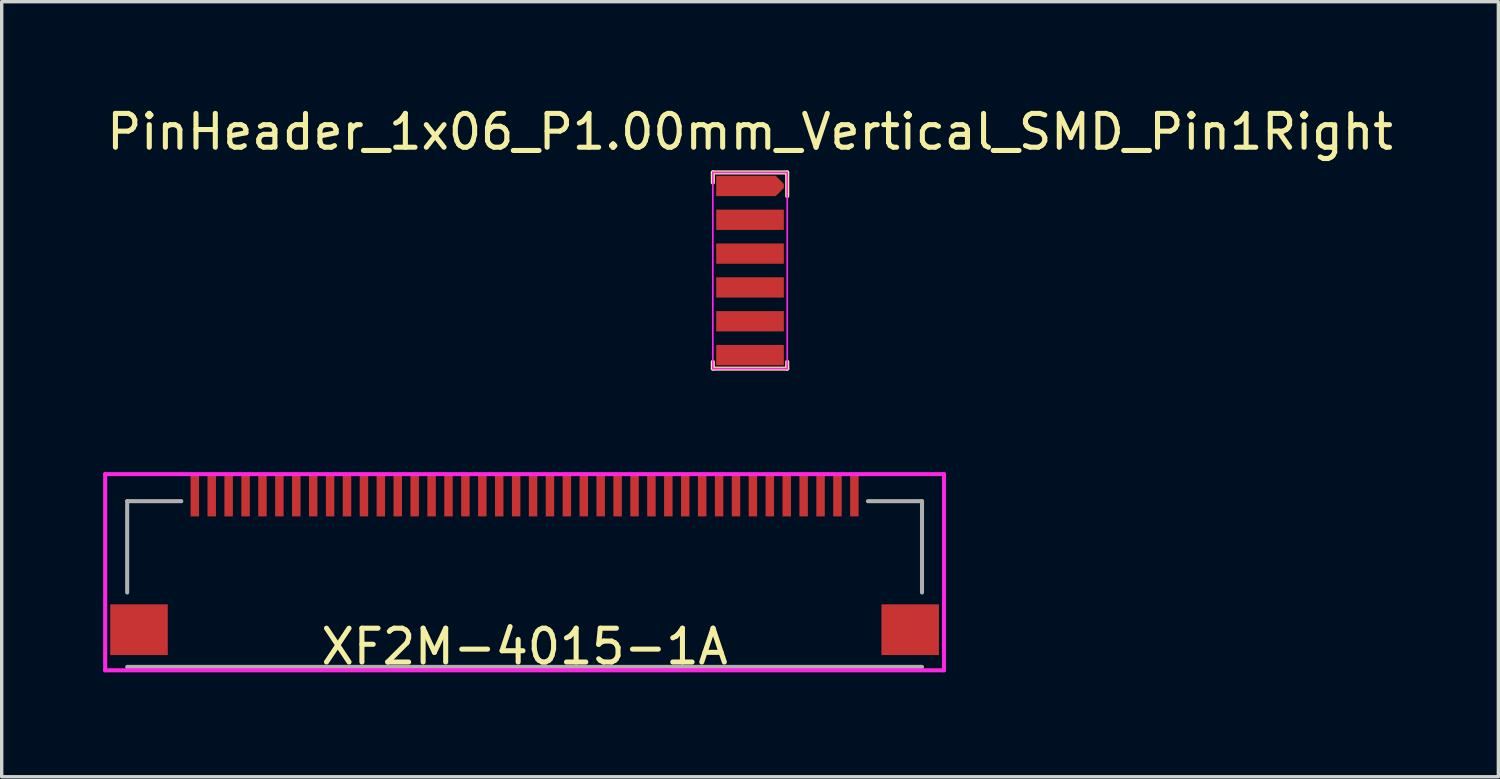
<source format=kicad_pcb>
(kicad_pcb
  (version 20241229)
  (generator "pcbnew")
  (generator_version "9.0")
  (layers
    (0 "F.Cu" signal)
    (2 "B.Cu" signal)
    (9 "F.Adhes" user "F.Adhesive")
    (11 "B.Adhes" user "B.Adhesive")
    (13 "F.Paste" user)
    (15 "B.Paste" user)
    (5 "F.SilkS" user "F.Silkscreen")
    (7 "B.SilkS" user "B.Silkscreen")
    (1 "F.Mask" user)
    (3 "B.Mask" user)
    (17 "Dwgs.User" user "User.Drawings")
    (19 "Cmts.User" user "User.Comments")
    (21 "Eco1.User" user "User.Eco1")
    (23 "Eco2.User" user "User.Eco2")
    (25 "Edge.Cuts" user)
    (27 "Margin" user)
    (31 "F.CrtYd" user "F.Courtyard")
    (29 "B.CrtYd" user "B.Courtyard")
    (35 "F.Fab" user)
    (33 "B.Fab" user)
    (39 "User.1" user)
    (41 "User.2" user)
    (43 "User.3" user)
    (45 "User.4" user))
  (footprint "PinHeader_1x06_P1.00mm_Vertical_SMD_Pin1Right"
    (layer "F.Cu")
    (at 19.125 4.948)
    (property "Reference" "PinHeader_1x06_P1.00mm_Vertical_SMD_Pin1Right" (at 0 -4.1 0) (layer "F.SilkS") (effects (font (size 1 1) (thickness 0.15))))
    (attr smd)
    (fp_line (start -1.1 -2.9) (end -1.1 -2.6) (stroke (width 0.12) (type solid)) (layer "F.SilkS"))
    (fp_line (start -1.1 2.9) (end -1.1 2.7) (stroke (width 0.12) (type solid)) (layer "F.SilkS"))
    (fp_line (start 1.1 -2.9) (end -1.1 -2.9) (stroke (width 0.12) (type solid)) (layer "F.SilkS"))
    (fp_line (start 1.1 -2.2) (end 1.1 -2.9) (stroke (width 0.12) (type solid)) (layer "F.SilkS"))
    (fp_line (start 1.1 2.7) (end 1.1 2.9) (stroke (width 0.12) (type solid)) (layer "F.SilkS"))
    (fp_line (start 1.1 2.9) (end -1.1 2.9) (stroke (width 0.12) (type solid)) (layer "F.SilkS"))
    (fp_line (start -1.1 -2.9) (end -1.1 2.9) (stroke (width 0.05) (type solid)) (layer "F.CrtYd"))
    (fp_line (start -1.1 2.9) (end 1.1 2.9) (stroke (width 0.05) (type solid)) (layer "F.CrtYd"))
    (fp_line (start 1.1 -2.9) (end -1.1 -2.9) (stroke (width 0.05) (type solid)) (layer "F.CrtYd"))
    (fp_line (start 1.1 2.9) (end 1.1 -2.9) (stroke (width 0.05) (type solid)) (layer "F.CrtYd"))
    (pad "1" smd roundrect (at 0 -2.5) (size 2 0.6) (layers "F.Cu" "F.Mask") (roundrect_rratio 0) (chamfer_ratio 0.4) (chamfer top_right bottom_right))
    (pad "2" smd rect (at 0 -1.5) (size 2 0.6) (layers "F.Cu" "F.Mask"))
    (pad "3" smd rect (at 0 -0.5) (size 2 0.6) (layers "F.Cu" "F.Mask"))
    (pad "4" smd rect (at 0 0.5) (size 2 0.6) (layers "F.Cu" "F.Mask"))
    (pad "5" smd rect (at 0 1.5) (size 2 0.6) (layers "F.Cu" "F.Mask"))
    (pad "6" smd rect (at 0 2.5) (size 2 0.6) (layers "F.Cu" "F.Mask")))
  (footprint "XF2M-4015-1A"
    (layer "F.Cu")
    (at 12.46 15.568)
    (property "Reference" "XF2M-4015-1A" (at 0 0.5 0) (layer "F.SilkS") (effects (font (size 1 1) (thickness 0.15))))
    (attr through_hole)
    (fp_line (start -12.4 -4.6) (end 12.4 -4.6) (stroke (width 0.12) (type solid)) (layer "F.CrtYd"))
    (fp_line (start -12.4 1.2) (end -12.4 -4.6) (stroke (width 0.12) (type solid)) (layer "F.CrtYd"))
    (fp_line (start -12.4 1.2) (end 12.4 1.2) (stroke (width 0.12) (type solid)) (layer "F.CrtYd"))
    (fp_line (start 12.4 1.2) (end 12.4 -4.6) (stroke (width 0.12) (type solid)) (layer "F.CrtYd"))
    (fp_line (start -11.75 -3.8) (end -10.15 -3.8) (stroke (width 0.12) (type solid)) (layer "F.Fab"))
    (fp_line (start -11.75 -1.1) (end -11.75 -3.8) (stroke (width 0.12) (type solid)) (layer "F.Fab"))
    (fp_line (start 11.75 -3.8) (end 10.15 -3.8) (stroke (width 0.12) (type solid)) (layer "F.Fab"))
    (fp_line (start 11.75 -1.1) (end 11.75 -3.8) (stroke (width 0.12) (type solid)) (layer "F.Fab"))
    (fp_line (start 11.75 1.1) (end -11.75 1.1) (stroke (width 0.12) (type solid)) (layer "F.Fab"))
    (pad "0" smd rect (at -11.4 0) (size 1.7 1.5) (layers "F.Cu" "F.Mask" "F.Paste"))
    (pad "0" smd rect (at 11.4 0) (size 1.7 1.5) (layers "F.Cu" "F.Mask" "F.Paste"))
    (pad "1" smd rect (at -9.75 -3.95) (size 0.25 1.2) (layers "F.Cu" "F.Mask" "F.Paste"))
    (pad "2" smd rect (at -9.25 -3.95) (size 0.25 1.2) (layers "F.Cu" "F.Mask" "F.Paste"))
    (pad "3" smd rect (at -8.75 -3.95) (size 0.25 1.2) (layers "F.Cu" "F.Mask" "F.Paste"))
    (pad "4" smd rect (at -8.25 -3.95) (size 0.25 1.2) (layers "F.Cu" "F.Mask" "F.Paste"))
    (pad "5" smd rect (at -7.75 -3.95) (size 0.25 1.2) (layers "F.Cu" "F.Mask" "F.Paste"))
    (pad "6" smd rect (at -7.25 -3.95) (size 0.25 1.2) (layers "F.Cu" "F.Mask" "F.Paste"))
    (pad "7" smd rect (at -6.75 -3.95) (size 0.25 1.2) (layers "F.Cu" "F.Mask" "F.Paste"))
    (pad "8" smd rect (at -6.25 -3.95) (size 0.25 1.2) (layers "F.Cu" "F.Mask" "F.Paste"))
    (pad "9" smd rect (at -5.75 -3.95) (size 0.25 1.2) (layers "F.Cu" "F.Mask" "F.Paste"))
    (pad "10" smd rect (at -5.25 -3.95) (size 0.25 1.2) (layers "F.Cu" "F.Mask" "F.Paste"))
    (pad "11" smd rect (at -4.75 -3.95) (size 0.25 1.2) (layers "F.Cu" "F.Mask" "F.Paste"))
    (pad "12" smd rect (at -4.25 -3.95) (size 0.25 1.2) (layers "F.Cu" "F.Mask" "F.Paste"))
    (pad "13" smd rect (at -3.75 -3.95) (size 0.25 1.2) (layers "F.Cu" "F.Mask" "F.Paste"))
    (pad "14" smd rect (at -3.25 -3.95) (size 0.25 1.2) (layers "F.Cu" "F.Mask" "F.Paste"))
    (pad "15" smd rect (at -2.75 -3.95) (size 0.25 1.2) (layers "F.Cu" "F.Mask" "F.Paste"))
    (pad "16" smd rect (at -2.25 -3.95) (size 0.25 1.2) (layers "F.Cu" "F.Mask" "F.Paste"))
    (pad "17" smd rect (at -1.75 -3.95) (size 0.25 1.2) (layers "F.Cu" "F.Mask" "F.Paste"))
    (pad "18" smd rect (at -1.25 -3.95) (size 0.25 1.2) (layers "F.Cu" "F.Mask" "F.Paste"))
    (pad "19" smd rect (at -0.75 -3.95) (size 0.25 1.2) (layers "F.Cu" "F.Mask" "F.Paste"))
    (pad "20" smd rect (at -0.25 -3.95) (size 0.25 1.2) (layers "F.Cu" "F.Mask" "F.Paste"))
    (pad "21" smd rect (at 0.25 -3.95) (size 0.25 1.2) (layers "F.Cu" "F.Mask" "F.Paste"))
    (pad "22" smd rect (at 0.75 -3.95) (size 0.25 1.2) (layers "F.Cu" "F.Mask" "F.Paste"))
    (pad "23" smd rect (at 1.25 -3.95) (size 0.25 1.2) (layers "F.Cu" "F.Mask" "F.Paste"))
    (pad "24" smd rect (at 1.75 -3.95) (size 0.25 1.2) (layers "F.Cu" "F.Mask" "F.Paste"))
    (pad "25" smd rect (at 2.25 -3.95) (size 0.25 1.2) (layers "F.Cu" "F.Mask" "F.Paste"))
    (pad "26" smd rect (at 2.75 -3.95) (size 0.25 1.2) (layers "F.Cu" "F.Mask" "F.Paste"))
    (pad "27" smd rect (at 3.25 -3.95) (size 0.25 1.2) (layers "F.Cu" "F.Mask" "F.Paste"))
    (pad "28" smd rect (at 3.75 -3.95) (size 0.25 1.2) (layers "F.Cu" "F.Mask" "F.Paste"))
    (pad "29" smd rect (at 4.25 -3.95) (size 0.25 1.2) (layers "F.Cu" "F.Mask" "F.Paste"))
    (pad "30" smd rect (at 4.75 -3.95) (size 0.25 1.2) (layers "F.Cu" "F.Mask" "F.Paste"))
    (pad "31" smd rect (at 5.25 -3.95) (size 0.25 1.2) (layers "F.Cu" "F.Mask" "F.Paste"))
    (pad "32" smd rect (at 5.75 -3.95) (size 0.25 1.2) (layers "F.Cu" "F.Mask" "F.Paste"))
    (pad "33" smd rect (at 6.25 -3.95) (size 0.25 1.2) (layers "F.Cu" "F.Mask" "F.Paste"))
    (pad "34" smd rect (at 6.75 -3.95) (size 0.25 1.2) (layers "F.Cu" "F.Mask" "F.Paste"))
    (pad "35" smd rect (at 7.25 -3.95) (size 0.25 1.2) (layers "F.Cu" "F.Mask" "F.Paste"))
    (pad "36" smd rect (at 7.75 -3.95) (size 0.25 1.2) (layers "F.Cu" "F.Mask" "F.Paste"))
    (pad "37" smd rect (at 8.25 -3.95) (size 0.25 1.2) (layers "F.Cu" "F.Mask" "F.Paste"))
    (pad "38" smd rect (at 8.75 -3.95) (size 0.25 1.2) (layers "F.Cu" "F.Mask" "F.Paste"))
    (pad "39" smd rect (at 9.25 -3.95) (size 0.25 1.2) (layers "F.Cu" "F.Mask" "F.Paste"))
    (pad "40" smd rect (at 9.75 -3.95) (size 0.25 1.2) (layers "F.Cu" "F.Mask" "F.Paste")))
  (gr_rect
    (start -3 -3)
    (end 41.25 19.916)
    (stroke (width 0.1) (type default))
    (fill no)
    (layer "Edge.Cuts")))
</source>
